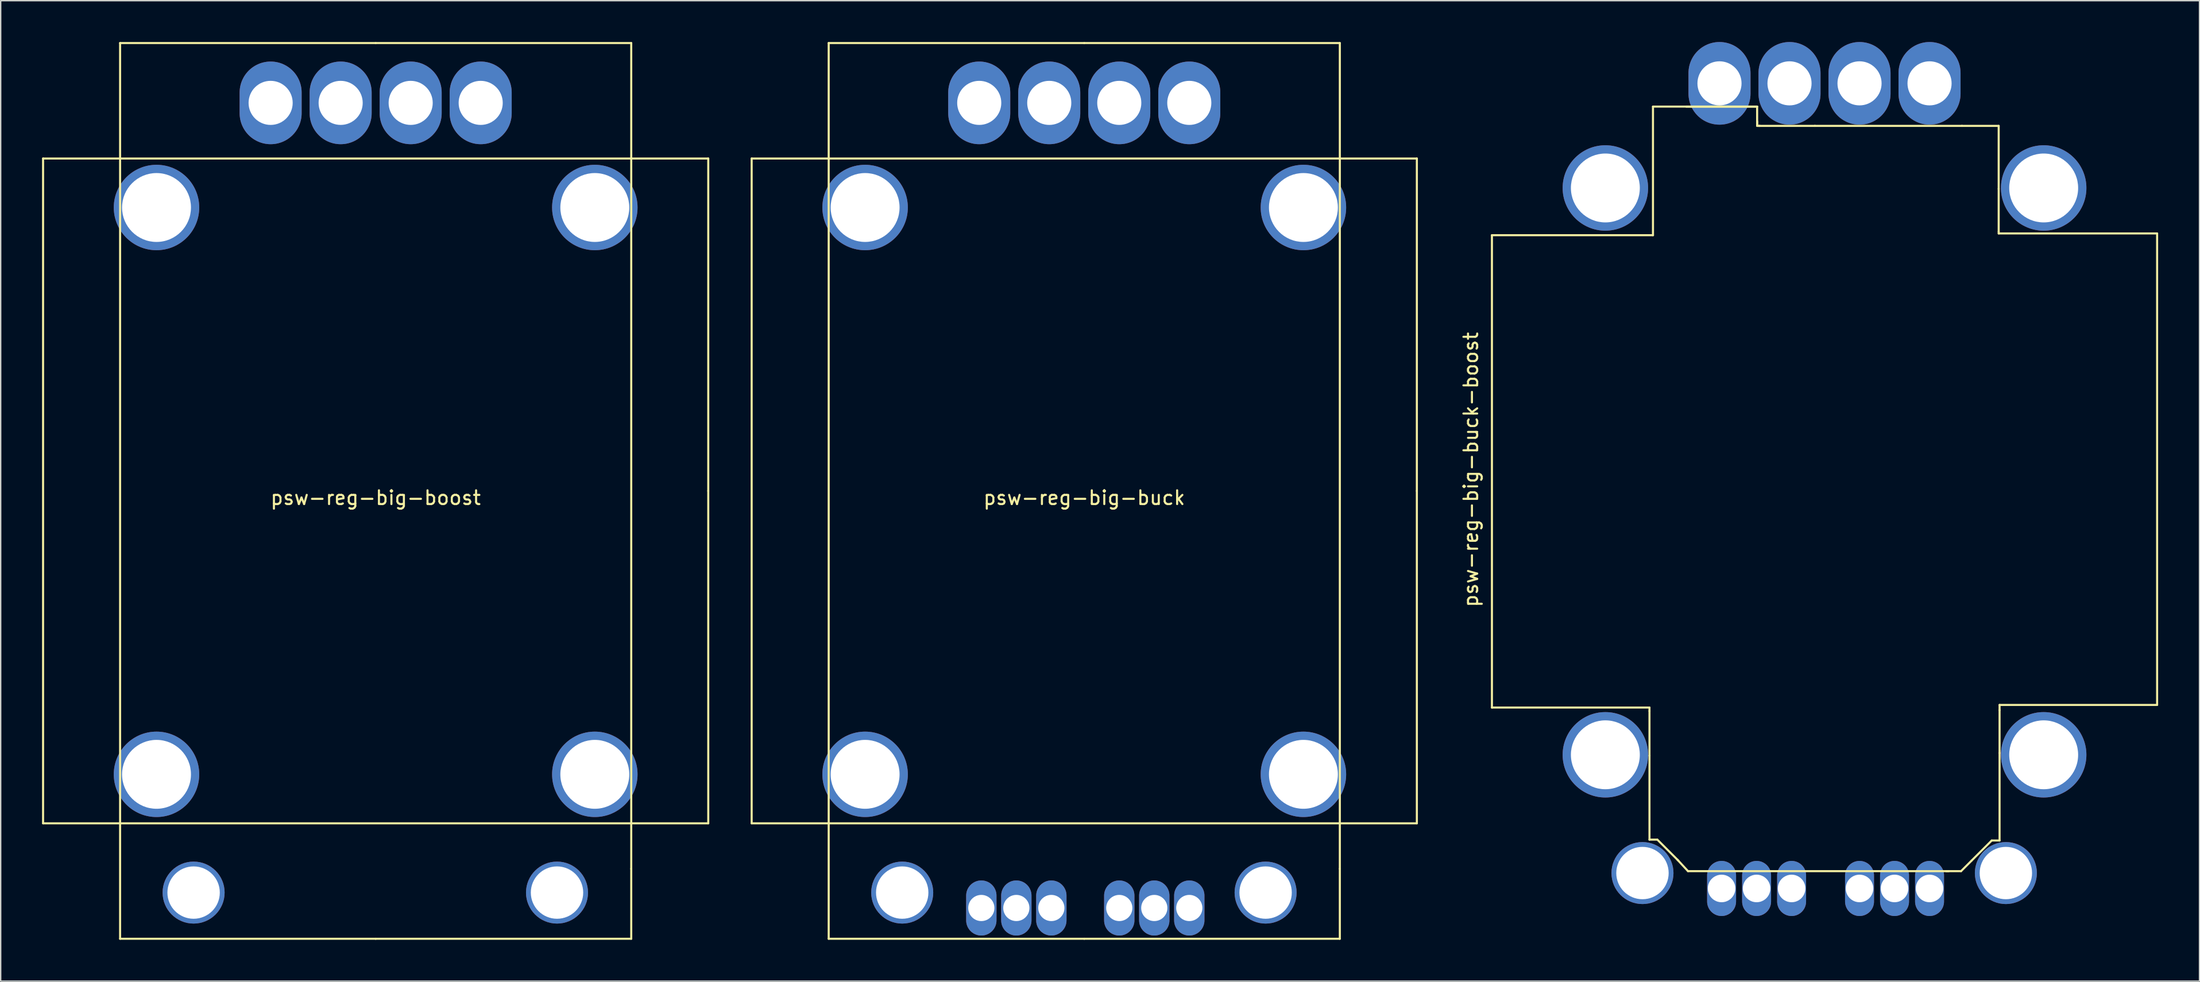
<source format=kicad_pcb>
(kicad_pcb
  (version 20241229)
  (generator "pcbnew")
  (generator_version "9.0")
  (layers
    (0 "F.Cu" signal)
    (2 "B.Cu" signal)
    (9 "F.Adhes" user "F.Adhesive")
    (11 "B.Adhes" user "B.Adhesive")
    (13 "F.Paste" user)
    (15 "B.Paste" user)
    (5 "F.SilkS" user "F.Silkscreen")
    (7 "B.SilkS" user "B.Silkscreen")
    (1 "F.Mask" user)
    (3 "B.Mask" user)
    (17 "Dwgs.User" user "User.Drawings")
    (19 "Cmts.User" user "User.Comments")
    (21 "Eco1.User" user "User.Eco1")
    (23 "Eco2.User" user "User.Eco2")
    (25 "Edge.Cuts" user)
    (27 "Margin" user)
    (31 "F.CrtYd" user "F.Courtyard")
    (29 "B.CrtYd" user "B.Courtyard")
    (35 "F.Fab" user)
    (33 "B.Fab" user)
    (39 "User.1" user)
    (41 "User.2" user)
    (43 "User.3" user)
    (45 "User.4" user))
  (footprint "psw-reg-big-buck-boost"
    (layer "F.Cu")
    (at 129.322 31.169)
    (property "Reference" "psw-reg-big-buck-boost" (at -25.654 -0.127 90) (layer "F.SilkS") (effects (font (size 1 1) (thickness 0.15))))
    (attr through_hole)
    (fp_line (start -24.13 -17.145) (end -12.446 -17.145) (stroke (width 0.15) (type solid)) (layer "F.SilkS"))
    (fp_line (start -24.13 17.145) (end -24.13 -17.145) (stroke (width 0.15) (type solid)) (layer "F.SilkS"))
    (fp_line (start -12.7 17.145) (end -24.13 17.145) (stroke (width 0.15) (type solid)) (layer "F.SilkS"))
    (fp_line (start -12.7 17.399) (end -12.7 17.145) (stroke (width 0.15) (type solid)) (layer "F.SilkS"))
    (fp_line (start -12.7 20.637) (end -12.7 17.399) (stroke (width 0.15) (type solid)) (layer "F.SilkS"))
    (fp_line (start -12.7 20.637) (end -12.7 26.733) (stroke (width 0.15) (type solid)) (layer "F.SilkS"))
    (fp_line (start -12.7 26.733) (end -12.129 26.733) (stroke (width 0.15) (type solid)) (layer "F.SilkS"))
    (fp_line (start -12.446 -26.48) (end -4.889 -26.48) (stroke (width 0.15) (type solid)) (layer "F.SilkS"))
    (fp_line (start -12.446 -17.145) (end -12.446 -26.48) (stroke (width 0.15) (type solid)) (layer "F.SilkS"))
    (fp_line (start -10.668 28.194) (end -9.906 29.02) (stroke (width 0.15) (type solid)) (layer "F.SilkS"))
    (fp_line (start -10.604 28.258) (end -12.129 26.733) (stroke (width 0.15) (type solid)) (layer "F.SilkS"))
    (fp_line (start -9.906 29.02) (end 9.017 29.02) (stroke (width 0.15) (type solid)) (layer "F.SilkS"))
    (fp_line (start -4.889 -26.48) (end -10.033 -26.48) (stroke (width 0.15) (type solid)) (layer "F.SilkS"))
    (fp_line (start -4.889 -25.146) (end -4.889 -26.48) (stroke (width 0.15) (type solid)) (layer "F.SilkS"))
    (fp_line (start -4.889 -25.082) (end -4.889 -25.4) (stroke (width 0.15) (type solid)) (layer "F.SilkS"))
    (fp_line (start -4.763 -25.082) (end -0.699 -25.082) (stroke (width 0.15) (type solid)) (layer "F.SilkS"))
    (fp_line (start -4.699 -25.082) (end -4.889 -25.082) (stroke (width 0.15) (type solid)) (layer "F.SilkS"))
    (fp_line (start -0.699 -25.082) (end 9.97 -25.082) (stroke (width 0.15) (type solid)) (layer "F.SilkS"))
    (fp_line (start 9.906 29.02) (end 8.826 29.02) (stroke (width 0.15) (type solid)) (layer "F.SilkS"))
    (fp_line (start 10.668 28.258) (end 9.906 29.02) (stroke (width 0.15) (type solid)) (layer "F.SilkS"))
    (fp_line (start 10.668 28.258) (end 12.129 26.797) (stroke (width 0.15) (type solid)) (layer "F.SilkS"))
    (fp_line (start 12.636 -25.082) (end 9.97 -25.082) (stroke (width 0.15) (type solid)) (layer "F.SilkS"))
    (fp_line (start 12.636 -20.511) (end 12.636 -25.082) (stroke (width 0.15) (type solid)) (layer "F.SilkS"))
    (fp_line (start 12.636 -20.511) (end 12.636 -17.399) (stroke (width 0.15) (type solid)) (layer "F.SilkS"))
    (fp_line (start 12.636 -17.399) (end 12.636 -17.272) (stroke (width 0.15) (type solid)) (layer "F.SilkS"))
    (fp_line (start 12.636 -17.272) (end 24.13 -17.272) (stroke (width 0.15) (type solid)) (layer "F.SilkS"))
    (fp_line (start 12.7 16.954) (end 24.13 16.954) (stroke (width 0.15) (type solid)) (layer "F.SilkS"))
    (fp_line (start 12.7 17.335) (end 12.7 16.954) (stroke (width 0.15) (type solid)) (layer "F.SilkS"))
    (fp_line (start 12.7 20.447) (end 12.7 17.335) (stroke (width 0.15) (type solid)) (layer "F.SilkS"))
    (fp_line (start 12.7 20.447) (end 12.7 26.797) (stroke (width 0.15) (type solid)) (layer "F.SilkS"))
    (fp_line (start 12.7 26.797) (end 12.129 26.797) (stroke (width 0.15) (type solid)) (layer "F.SilkS"))
    (fp_line (start 24.13 -17.272) (end 24.13 16.954) (stroke (width 0.15) (type solid)) (layer "F.SilkS"))
    (pad "0" thru_hole circle (at -15.9 -20.574) (size 6.2 6.2) (drill 5) (layers "*.Cu" "*.Mask"))
    (pad "0" thru_hole circle (at -15.9 20.574) (size 6.2 6.2) (drill 5) (layers "*.Cu" "*.Mask"))
    (pad "0" thru_hole circle (at -13.208 29.159) (size 4.5 4.5) (drill 3.8) (layers "*.Cu" "*.Mask"))
    (pad "0" thru_hole circle (at 13.157 29.159) (size 4.5 4.5) (drill 3.8) (layers "*.Cu" "*.Mask"))
    (pad "0" thru_hole circle (at 15.9 -20.574) (size 6.2 6.2) (drill 5) (layers "*.Cu" "*.Mask"))
    (pad "0" thru_hole circle (at 15.9 20.574) (size 6.2 6.2) (drill 5) (layers "*.Cu" "*.Mask"))
    (pad "1" thru_hole oval (at -7.62 -28.169) (size 4.5 6) (drill 3.2) (layers "*.Cu" "*.Mask"))
    (pad "2" thru_hole oval (at -2.54 -28.169) (size 4.5 6) (drill 3.2) (layers "*.Cu" "*.Mask"))
    (pad "3" thru_hole oval (at 2.54 -28.169) (size 4.5 6) (drill 3.2) (layers "*.Cu" "*.Mask"))
    (pad "4" thru_hole oval (at 7.62 -28.169) (size 4.5 6) (drill 3.2) (layers "*.Cu" "*.Mask"))
    (pad "5" thru_hole oval (at -7.468 30.277) (size 2.1 4) (drill 2) (layers "*.Cu" "*.Mask"))
    (pad "6" thru_hole oval (at -4.928 30.277) (size 2.1 4) (drill 2) (layers "*.Cu" "*.Mask"))
    (pad "7" thru_hole oval (at -2.388 30.277) (size 2.1 4) (drill 2) (layers "*.Cu" "*.Mask"))
    (pad "8" thru_hole oval (at 2.54 30.277) (size 2.1 4) (drill 2) (layers "*.Cu" "*.Mask"))
    (pad "9" thru_hole oval (at 5.08 30.277) (size 2.1 4) (drill 2) (layers "*.Cu" "*.Mask"))
    (pad "10" thru_hole oval (at 7.62 30.277) (size 2.1 4) (drill 2) (layers "*.Cu" "*.Mask")))
  (footprint "psw-reg-big-boost"
    (layer "F.Cu")
    (at 24.205 32.587)
    (property "Reference" "psw-reg-big-boost" (at 0 0.5 0) (layer "F.SilkS") (effects (font (size 1 1) (thickness 0.15))))
    (attr through_hole)
    (fp_line (start -24.13 -24.13) (end 24.13 -24.13) (stroke (width 0.15) (type solid)) (layer "F.SilkS"))
    (fp_line (start -24.13 24.13) (end -24.13 -24.13) (stroke (width 0.15) (type solid)) (layer "F.SilkS"))
    (fp_line (start -18.542 -32.512) (end -18.542 32.512) (stroke (width 0.15) (type solid)) (layer "F.SilkS"))
    (fp_line (start 0 -32.512) (end -18.542 -32.512) (stroke (width 0.15) (type solid)) (layer "F.SilkS"))
    (fp_line (start 0 32.512) (end -18.542 32.512) (stroke (width 0.15) (type solid)) (layer "F.SilkS"))
    (fp_line (start 0 32.512) (end 18.542 32.512) (stroke (width 0.15) (type solid)) (layer "F.SilkS"))
    (fp_line (start 18.542 -32.512) (end 0 -32.512) (stroke (width 0.15) (type solid)) (layer "F.SilkS"))
    (fp_line (start 18.542 27.432) (end 18.542 -32.512) (stroke (width 0.15) (type solid)) (layer "F.SilkS"))
    (fp_line (start 18.542 27.432) (end 18.542 32.512) (stroke (width 0.15) (type solid)) (layer "F.SilkS"))
    (fp_line (start 24.13 -24.13) (end 24.13 0) (stroke (width 0.15) (type solid)) (layer "F.SilkS"))
    (fp_line (start 24.13 0) (end 24.13 24.13) (stroke (width 0.15) (type solid)) (layer "F.SilkS"))
    (fp_line (start 24.13 24.13) (end -24.13 24.13) (stroke (width 0.15) (type solid)) (layer "F.SilkS"))
    (pad "0" thru_hole circle (at -15.9 -20.574) (size 6.2 6.2) (drill 5) (layers "*.Cu" "*.Mask"))
    (pad "0" thru_hole circle (at -15.9 20.574) (size 6.2 6.2) (drill 5) (layers "*.Cu" "*.Mask"))
    (pad "0" thru_hole circle (at -13.208 29.159) (size 4.5 4.5) (drill 3.8) (layers "*.Cu" "*.Mask"))
    (pad "0" thru_hole circle (at 13.157 29.159) (size 4.5 4.5) (drill 3.8) (layers "*.Cu" "*.Mask"))
    (pad "0" thru_hole circle (at 15.9 -20.574) (size 6.2 6.2) (drill 5) (layers "*.Cu" "*.Mask"))
    (pad "0" thru_hole circle (at 15.9 20.574) (size 6.2 6.2) (drill 5) (layers "*.Cu" "*.Mask"))
    (pad "1" thru_hole oval (at -7.62 -28.169) (size 4.5 6) (drill 3.2) (layers "*.Cu" "*.Mask"))
    (pad "2" thru_hole oval (at -2.54 -28.169) (size 4.5 6) (drill 3.2) (layers "*.Cu" "*.Mask"))
    (pad "3" thru_hole oval (at 2.54 -28.169) (size 4.5 6) (drill 3.2) (layers "*.Cu" "*.Mask"))
    (pad "4" thru_hole oval (at 7.62 -28.169) (size 4.5 6) (drill 3.2) (layers "*.Cu" "*.Mask")))
  (footprint "psw-reg-big-buck"
    (layer "F.Cu")
    (at 75.615 32.587)
    (property "Reference" "psw-reg-big-buck" (at 0 0.5 0) (layer "F.SilkS") (effects (font (size 1 1) (thickness 0.15))))
    (attr through_hole)
    (fp_line (start -24.13 -24.13) (end 24.13 -24.13) (stroke (width 0.15) (type solid)) (layer "F.SilkS"))
    (fp_line (start -24.13 24.13) (end -24.13 -24.13) (stroke (width 0.15) (type solid)) (layer "F.SilkS"))
    (fp_line (start -18.542 -32.512) (end -18.542 32.512) (stroke (width 0.15) (type solid)) (layer "F.SilkS"))
    (fp_line (start 0 -32.512) (end -18.542 -32.512) (stroke (width 0.15) (type solid)) (layer "F.SilkS"))
    (fp_line (start 0 32.512) (end -18.542 32.512) (stroke (width 0.15) (type solid)) (layer "F.SilkS"))
    (fp_line (start 0 32.512) (end 18.542 32.512) (stroke (width 0.15) (type solid)) (layer "F.SilkS"))
    (fp_line (start 18.542 -32.512) (end 0 -32.512) (stroke (width 0.15) (type solid)) (layer "F.SilkS"))
    (fp_line (start 18.542 27.432) (end 18.542 -32.512) (stroke (width 0.15) (type solid)) (layer "F.SilkS"))
    (fp_line (start 18.542 27.432) (end 18.542 32.512) (stroke (width 0.15) (type solid)) (layer "F.SilkS"))
    (fp_line (start 24.13 -24.13) (end 24.13 0) (stroke (width 0.15) (type solid)) (layer "F.SilkS"))
    (fp_line (start 24.13 0) (end 24.13 24.13) (stroke (width 0.15) (type solid)) (layer "F.SilkS"))
    (fp_line (start 24.13 24.13) (end -24.13 24.13) (stroke (width 0.15) (type solid)) (layer "F.SilkS"))
    (pad "0" thru_hole circle (at -15.9 -20.574) (size 6.2 6.2) (drill 5) (layers "*.Cu" "*.Mask"))
    (pad "0" thru_hole circle (at -15.9 20.574) (size 6.2 6.2) (drill 5) (layers "*.Cu" "*.Mask"))
    (pad "0" thru_hole circle (at -13.208 29.159) (size 4.5 4.5) (drill 3.8) (layers "*.Cu" "*.Mask"))
    (pad "0" thru_hole circle (at 13.157 29.159) (size 4.5 4.5) (drill 3.8) (layers "*.Cu" "*.Mask"))
    (pad "0" thru_hole circle (at 15.9 -20.574) (size 6.2 6.2) (drill 5) (layers "*.Cu" "*.Mask"))
    (pad "0" thru_hole circle (at 15.9 20.574) (size 6.2 6.2) (drill 5) (layers "*.Cu" "*.Mask"))
    (pad "1" thru_hole oval (at -7.62 -28.169) (size 4.5 6) (drill 3.2) (layers "*.Cu" "*.Mask"))
    (pad "2" thru_hole oval (at -2.54 -28.169) (size 4.5 6) (drill 3.2) (layers "*.Cu" "*.Mask"))
    (pad "3" thru_hole oval (at 2.54 -28.169) (size 4.5 6) (drill 3.2) (layers "*.Cu" "*.Mask"))
    (pad "4" thru_hole oval (at 7.62 -28.169) (size 4.5 6) (drill 3.2) (layers "*.Cu" "*.Mask"))
    (pad "5" thru_hole oval (at -7.468 30.277) (size 2.2 4) (drill 1.9) (layers "*.Cu" "*.Mask"))
    (pad "6" thru_hole oval (at -4.928 30.277) (size 2.2 4) (drill 1.9) (layers "*.Cu" "*.Mask"))
    (pad "7" thru_hole oval (at -2.388 30.277) (size 2.2 4) (drill 1.9) (layers "*.Cu" "*.Mask"))
    (pad "8" thru_hole oval (at 2.54 30.277) (size 2.2 4) (drill 1.9) (layers "*.Cu" "*.Mask"))
    (pad "9" thru_hole oval (at 5.08 30.277) (size 2.2 4) (drill 1.9) (layers "*.Cu" "*.Mask"))
    (pad "10" thru_hole oval (at 7.62 30.277) (size 2.2 4) (drill 1.9) (layers "*.Cu" "*.Mask")))
  (gr_rect
    (start -3 -3)
    (end 156.527 68.174)
    (stroke (width 0.1) (type default))
    (fill no)
    (layer "Edge.Cuts")))
</source>
